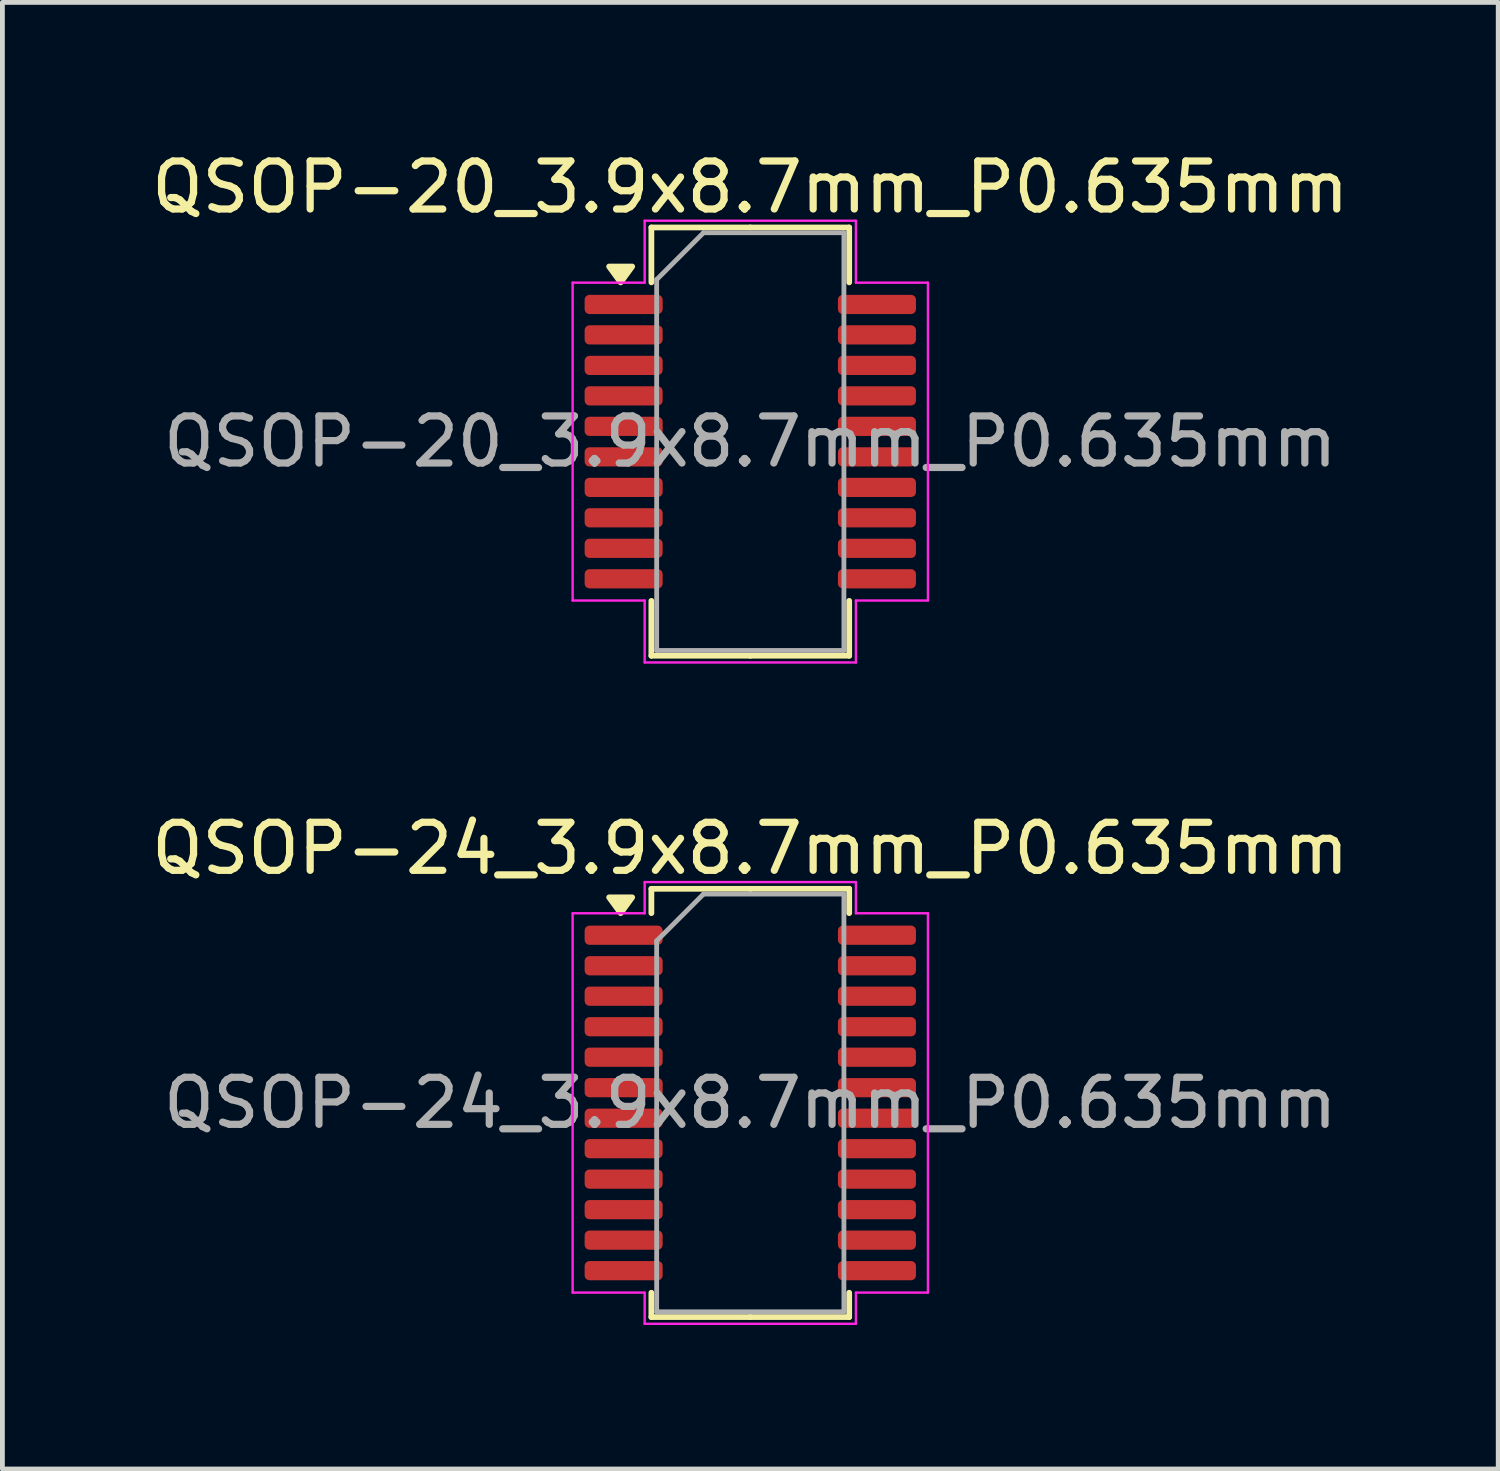
<source format=kicad_pcb>
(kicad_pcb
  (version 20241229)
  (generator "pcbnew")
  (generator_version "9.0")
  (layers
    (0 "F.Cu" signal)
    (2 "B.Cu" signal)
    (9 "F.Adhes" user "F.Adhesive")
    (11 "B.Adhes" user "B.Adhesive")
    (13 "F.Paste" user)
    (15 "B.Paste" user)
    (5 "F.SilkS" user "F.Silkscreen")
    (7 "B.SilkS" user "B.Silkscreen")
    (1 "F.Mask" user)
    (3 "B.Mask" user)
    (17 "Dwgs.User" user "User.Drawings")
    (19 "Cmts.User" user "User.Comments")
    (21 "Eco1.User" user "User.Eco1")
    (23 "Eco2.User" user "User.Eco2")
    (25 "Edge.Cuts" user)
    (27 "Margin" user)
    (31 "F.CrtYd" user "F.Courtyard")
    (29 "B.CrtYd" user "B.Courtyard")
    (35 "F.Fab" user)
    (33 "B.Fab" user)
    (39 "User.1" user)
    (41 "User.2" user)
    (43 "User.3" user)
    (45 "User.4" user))
  (footprint "QSOP-24_3.9x8.7mm_P0.635mm"
    (layer "F.Cu")
    (at 12.577 19.922)
    (property "Reference" "QSOP-24_3.9x8.7mm_P0.635mm" (at 0 -5.3 0) (layer "F.SilkS") (effects (font (size 1 1) (thickness 0.15))))
    (attr smd)
    (fp_line (start -2.06 -4.46) (end -2.06 -3.953) (stroke (width 0.12) (type solid)) (layer "F.SilkS"))
    (fp_line (start -2.06 4.46) (end -2.06 3.953) (stroke (width 0.12) (type solid)) (layer "F.SilkS"))
    (fp_line (start 0 -4.46) (end -2.06 -4.46) (stroke (width 0.12) (type solid)) (layer "F.SilkS"))
    (fp_line (start 0 -4.46) (end 2.06 -4.46) (stroke (width 0.12) (type solid)) (layer "F.SilkS"))
    (fp_line (start 0 4.46) (end -2.06 4.46) (stroke (width 0.12) (type solid)) (layer "F.SilkS"))
    (fp_line (start 0 4.46) (end 2.06 4.46) (stroke (width 0.12) (type solid)) (layer "F.SilkS"))
    (fp_line (start 2.06 -4.46) (end 2.06 -3.953) (stroke (width 0.12) (type solid)) (layer "F.SilkS"))
    (fp_line (start 2.06 4.46) (end 2.06 3.953) (stroke (width 0.12) (type solid)) (layer "F.SilkS"))
    (fp_poly (pts (xy -2.7 -3.953) (xy -2.94 -4.282) (xy -2.46 -4.282)) (stroke (width 0.12) (type solid)) (fill yes) (layer "F.SilkS"))
    (fp_line (start -3.7 -3.95) (end -2.2 -3.95) (stroke (width 0.05) (type solid)) (layer "F.CrtYd"))
    (fp_line (start -3.7 3.95) (end -3.7 -3.95) (stroke (width 0.05) (type solid)) (layer "F.CrtYd"))
    (fp_line (start -2.2 -4.6) (end 2.2 -4.6) (stroke (width 0.05) (type solid)) (layer "F.CrtYd"))
    (fp_line (start -2.2 -3.95) (end -2.2 -4.6) (stroke (width 0.05) (type solid)) (layer "F.CrtYd"))
    (fp_line (start -2.2 3.95) (end -3.7 3.95) (stroke (width 0.05) (type solid)) (layer "F.CrtYd"))
    (fp_line (start -2.2 4.6) (end -2.2 3.95) (stroke (width 0.05) (type solid)) (layer "F.CrtYd"))
    (fp_line (start 2.2 -4.6) (end 2.2 -3.95) (stroke (width 0.05) (type solid)) (layer "F.CrtYd"))
    (fp_line (start 2.2 -3.95) (end 3.7 -3.95) (stroke (width 0.05) (type solid)) (layer "F.CrtYd"))
    (fp_line (start 2.2 3.95) (end 2.2 4.6) (stroke (width 0.05) (type solid)) (layer "F.CrtYd"))
    (fp_line (start 2.2 4.6) (end -2.2 4.6) (stroke (width 0.05) (type solid)) (layer "F.CrtYd"))
    (fp_line (start 3.7 -3.95) (end 3.7 3.95) (stroke (width 0.05) (type solid)) (layer "F.CrtYd"))
    (fp_line (start 3.7 3.95) (end 2.2 3.95) (stroke (width 0.05) (type solid)) (layer "F.CrtYd"))
    (fp_line (start -1.95 -3.375) (end -0.975 -4.35) (stroke (width 0.1) (type solid)) (layer "F.Fab"))
    (fp_line (start -1.95 4.35) (end -1.95 -3.375) (stroke (width 0.1) (type solid)) (layer "F.Fab"))
    (fp_line (start -0.975 -4.35) (end 1.95 -4.35) (stroke (width 0.1) (type solid)) (layer "F.Fab"))
    (fp_line (start 1.95 -4.35) (end 1.95 4.35) (stroke (width 0.1) (type solid)) (layer "F.Fab"))
    (fp_line (start 1.95 4.35) (end -1.95 4.35) (stroke (width 0.1) (type solid)) (layer "F.Fab"))
    (fp_text user "${REFERENCE}" (at 0 0 0) (layer "F.Fab") (effects (font (size 0.98 0.98) (thickness 0.15))))
    (pad "1" smd roundrect (at -2.638 -3.493) (size 1.625 0.4) (layers "F.Cu" "F.Mask" "F.Paste") (roundrect_rratio 0.25))
    (pad "2" smd roundrect (at -2.638 -2.857) (size 1.625 0.4) (layers "F.Cu" "F.Mask" "F.Paste") (roundrect_rratio 0.25))
    (pad "3" smd roundrect (at -2.638 -2.223) (size 1.625 0.4) (layers "F.Cu" "F.Mask" "F.Paste") (roundrect_rratio 0.25))
    (pad "4" smd roundrect (at -2.638 -1.587) (size 1.625 0.4) (layers "F.Cu" "F.Mask" "F.Paste") (roundrect_rratio 0.25))
    (pad "5" smd roundrect (at -2.638 -0.953) (size 1.625 0.4) (layers "F.Cu" "F.Mask" "F.Paste") (roundrect_rratio 0.25))
    (pad "6" smd roundrect (at -2.638 -0.318) (size 1.625 0.4) (layers "F.Cu" "F.Mask" "F.Paste") (roundrect_rratio 0.25))
    (pad "7" smd roundrect (at -2.638 0.318) (size 1.625 0.4) (layers "F.Cu" "F.Mask" "F.Paste") (roundrect_rratio 0.25))
    (pad "8" smd roundrect (at -2.638 0.953) (size 1.625 0.4) (layers "F.Cu" "F.Mask" "F.Paste") (roundrect_rratio 0.25))
    (pad "9" smd roundrect (at -2.638 1.587) (size 1.625 0.4) (layers "F.Cu" "F.Mask" "F.Paste") (roundrect_rratio 0.25))
    (pad "10" smd roundrect (at -2.638 2.223) (size 1.625 0.4) (layers "F.Cu" "F.Mask" "F.Paste") (roundrect_rratio 0.25))
    (pad "11" smd roundrect (at -2.638 2.857) (size 1.625 0.4) (layers "F.Cu" "F.Mask" "F.Paste") (roundrect_rratio 0.25))
    (pad "12" smd roundrect (at -2.638 3.493) (size 1.625 0.4) (layers "F.Cu" "F.Mask" "F.Paste") (roundrect_rratio 0.25))
    (pad "13" smd roundrect (at 2.638 3.493) (size 1.625 0.4) (layers "F.Cu" "F.Mask" "F.Paste") (roundrect_rratio 0.25))
    (pad "14" smd roundrect (at 2.638 2.857) (size 1.625 0.4) (layers "F.Cu" "F.Mask" "F.Paste") (roundrect_rratio 0.25))
    (pad "15" smd roundrect (at 2.638 2.223) (size 1.625 0.4) (layers "F.Cu" "F.Mask" "F.Paste") (roundrect_rratio 0.25))
    (pad "16" smd roundrect (at 2.638 1.587) (size 1.625 0.4) (layers "F.Cu" "F.Mask" "F.Paste") (roundrect_rratio 0.25))
    (pad "17" smd roundrect (at 2.638 0.953) (size 1.625 0.4) (layers "F.Cu" "F.Mask" "F.Paste") (roundrect_rratio 0.25))
    (pad "18" smd roundrect (at 2.638 0.318) (size 1.625 0.4) (layers "F.Cu" "F.Mask" "F.Paste") (roundrect_rratio 0.25))
    (pad "19" smd roundrect (at 2.638 -0.318) (size 1.625 0.4) (layers "F.Cu" "F.Mask" "F.Paste") (roundrect_rratio 0.25))
    (pad "20" smd roundrect (at 2.638 -0.953) (size 1.625 0.4) (layers "F.Cu" "F.Mask" "F.Paste") (roundrect_rratio 0.25))
    (pad "21" smd roundrect (at 2.638 -1.587) (size 1.625 0.4) (layers "F.Cu" "F.Mask" "F.Paste") (roundrect_rratio 0.25))
    (pad "22" smd roundrect (at 2.638 -2.223) (size 1.625 0.4) (layers "F.Cu" "F.Mask" "F.Paste") (roundrect_rratio 0.25))
    (pad "23" smd roundrect (at 2.638 -2.857) (size 1.625 0.4) (layers "F.Cu" "F.Mask" "F.Paste") (roundrect_rratio 0.25))
    (pad "24" smd roundrect (at 2.638 -3.493) (size 1.625 0.4) (layers "F.Cu" "F.Mask" "F.Paste") (roundrect_rratio 0.25)))
  (footprint "QSOP-20_3.9x8.7mm_P0.635mm"
    (layer "F.Cu")
    (at 12.577 6.148)
    (property "Reference" "QSOP-20_3.9x8.7mm_P0.635mm" (at 0 -5.3 0) (layer "F.SilkS") (effects (font (size 1 1) (thickness 0.15))))
    (attr smd)
    (fp_line (start -2.06 -4.46) (end -2.06 -3.317) (stroke (width 0.12) (type solid)) (layer "F.SilkS"))
    (fp_line (start -2.06 4.46) (end -2.06 3.317) (stroke (width 0.12) (type solid)) (layer "F.SilkS"))
    (fp_line (start 0 -4.46) (end -2.06 -4.46) (stroke (width 0.12) (type solid)) (layer "F.SilkS"))
    (fp_line (start 0 -4.46) (end 2.06 -4.46) (stroke (width 0.12) (type solid)) (layer "F.SilkS"))
    (fp_line (start 0 4.46) (end -2.06 4.46) (stroke (width 0.12) (type solid)) (layer "F.SilkS"))
    (fp_line (start 0 4.46) (end 2.06 4.46) (stroke (width 0.12) (type solid)) (layer "F.SilkS"))
    (fp_line (start 2.06 -4.46) (end 2.06 -3.317) (stroke (width 0.12) (type solid)) (layer "F.SilkS"))
    (fp_line (start 2.06 4.46) (end 2.06 3.317) (stroke (width 0.12) (type solid)) (layer "F.SilkS"))
    (fp_poly (pts (xy -2.7 -3.317) (xy -2.94 -3.647) (xy -2.46 -3.647)) (stroke (width 0.12) (type solid)) (fill yes) (layer "F.SilkS"))
    (fp_line (start -3.7 -3.31) (end -2.2 -3.31) (stroke (width 0.05) (type solid)) (layer "F.CrtYd"))
    (fp_line (start -3.7 3.31) (end -3.7 -3.31) (stroke (width 0.05) (type solid)) (layer "F.CrtYd"))
    (fp_line (start -2.2 -4.6) (end 2.2 -4.6) (stroke (width 0.05) (type solid)) (layer "F.CrtYd"))
    (fp_line (start -2.2 -3.31) (end -2.2 -4.6) (stroke (width 0.05) (type solid)) (layer "F.CrtYd"))
    (fp_line (start -2.2 3.31) (end -3.7 3.31) (stroke (width 0.05) (type solid)) (layer "F.CrtYd"))
    (fp_line (start -2.2 4.6) (end -2.2 3.31) (stroke (width 0.05) (type solid)) (layer "F.CrtYd"))
    (fp_line (start 2.2 -4.6) (end 2.2 -3.31) (stroke (width 0.05) (type solid)) (layer "F.CrtYd"))
    (fp_line (start 2.2 -3.31) (end 3.7 -3.31) (stroke (width 0.05) (type solid)) (layer "F.CrtYd"))
    (fp_line (start 2.2 3.31) (end 2.2 4.6) (stroke (width 0.05) (type solid)) (layer "F.CrtYd"))
    (fp_line (start 2.2 4.6) (end -2.2 4.6) (stroke (width 0.05) (type solid)) (layer "F.CrtYd"))
    (fp_line (start 3.7 -3.31) (end 3.7 3.31) (stroke (width 0.05) (type solid)) (layer "F.CrtYd"))
    (fp_line (start 3.7 3.31) (end 2.2 3.31) (stroke (width 0.05) (type solid)) (layer "F.CrtYd"))
    (fp_line (start -1.95 -3.375) (end -0.975 -4.35) (stroke (width 0.1) (type solid)) (layer "F.Fab"))
    (fp_line (start -1.95 4.35) (end -1.95 -3.375) (stroke (width 0.1) (type solid)) (layer "F.Fab"))
    (fp_line (start -0.975 -4.35) (end 1.95 -4.35) (stroke (width 0.1) (type solid)) (layer "F.Fab"))
    (fp_line (start 1.95 -4.35) (end 1.95 4.35) (stroke (width 0.1) (type solid)) (layer "F.Fab"))
    (fp_line (start 1.95 4.35) (end -1.95 4.35) (stroke (width 0.1) (type solid)) (layer "F.Fab"))
    (fp_text user "${REFERENCE}" (at 0 0 0) (layer "F.Fab") (effects (font (size 0.98 0.98) (thickness 0.15))))
    (pad "1" smd roundrect (at -2.638 -2.857) (size 1.625 0.4) (layers "F.Cu" "F.Mask" "F.Paste") (roundrect_rratio 0.25))
    (pad "2" smd roundrect (at -2.638 -2.223) (size 1.625 0.4) (layers "F.Cu" "F.Mask" "F.Paste") (roundrect_rratio 0.25))
    (pad "3" smd roundrect (at -2.638 -1.587) (size 1.625 0.4) (layers "F.Cu" "F.Mask" "F.Paste") (roundrect_rratio 0.25))
    (pad "4" smd roundrect (at -2.638 -0.953) (size 1.625 0.4) (layers "F.Cu" "F.Mask" "F.Paste") (roundrect_rratio 0.25))
    (pad "5" smd roundrect (at -2.638 -0.318) (size 1.625 0.4) (layers "F.Cu" "F.Mask" "F.Paste") (roundrect_rratio 0.25))
    (pad "6" smd roundrect (at -2.638 0.318) (size 1.625 0.4) (layers "F.Cu" "F.Mask" "F.Paste") (roundrect_rratio 0.25))
    (pad "7" smd roundrect (at -2.638 0.953) (size 1.625 0.4) (layers "F.Cu" "F.Mask" "F.Paste") (roundrect_rratio 0.25))
    (pad "8" smd roundrect (at -2.638 1.587) (size 1.625 0.4) (layers "F.Cu" "F.Mask" "F.Paste") (roundrect_rratio 0.25))
    (pad "9" smd roundrect (at -2.638 2.223) (size 1.625 0.4) (layers "F.Cu" "F.Mask" "F.Paste") (roundrect_rratio 0.25))
    (pad "10" smd roundrect (at -2.638 2.857) (size 1.625 0.4) (layers "F.Cu" "F.Mask" "F.Paste") (roundrect_rratio 0.25))
    (pad "11" smd roundrect (at 2.638 2.857) (size 1.625 0.4) (layers "F.Cu" "F.Mask" "F.Paste") (roundrect_rratio 0.25))
    (pad "12" smd roundrect (at 2.638 2.223) (size 1.625 0.4) (layers "F.Cu" "F.Mask" "F.Paste") (roundrect_rratio 0.25))
    (pad "13" smd roundrect (at 2.638 1.587) (size 1.625 0.4) (layers "F.Cu" "F.Mask" "F.Paste") (roundrect_rratio 0.25))
    (pad "14" smd roundrect (at 2.638 0.953) (size 1.625 0.4) (layers "F.Cu" "F.Mask" "F.Paste") (roundrect_rratio 0.25))
    (pad "15" smd roundrect (at 2.638 0.318) (size 1.625 0.4) (layers "F.Cu" "F.Mask" "F.Paste") (roundrect_rratio 0.25))
    (pad "16" smd roundrect (at 2.638 -0.318) (size 1.625 0.4) (layers "F.Cu" "F.Mask" "F.Paste") (roundrect_rratio 0.25))
    (pad "17" smd roundrect (at 2.638 -0.953) (size 1.625 0.4) (layers "F.Cu" "F.Mask" "F.Paste") (roundrect_rratio 0.25))
    (pad "18" smd roundrect (at 2.638 -1.587) (size 1.625 0.4) (layers "F.Cu" "F.Mask" "F.Paste") (roundrect_rratio 0.25))
    (pad "19" smd roundrect (at 2.638 -2.223) (size 1.625 0.4) (layers "F.Cu" "F.Mask" "F.Paste") (roundrect_rratio 0.25))
    (pad "20" smd roundrect (at 2.638 -2.857) (size 1.625 0.4) (layers "F.Cu" "F.Mask" "F.Paste") (roundrect_rratio 0.25)))
  (gr_rect
    (start -3 -3)
    (end 28.155 27.547)
    (stroke (width 0.1) (type default))
    (fill no)
    (layer "Edge.Cuts")))
</source>
